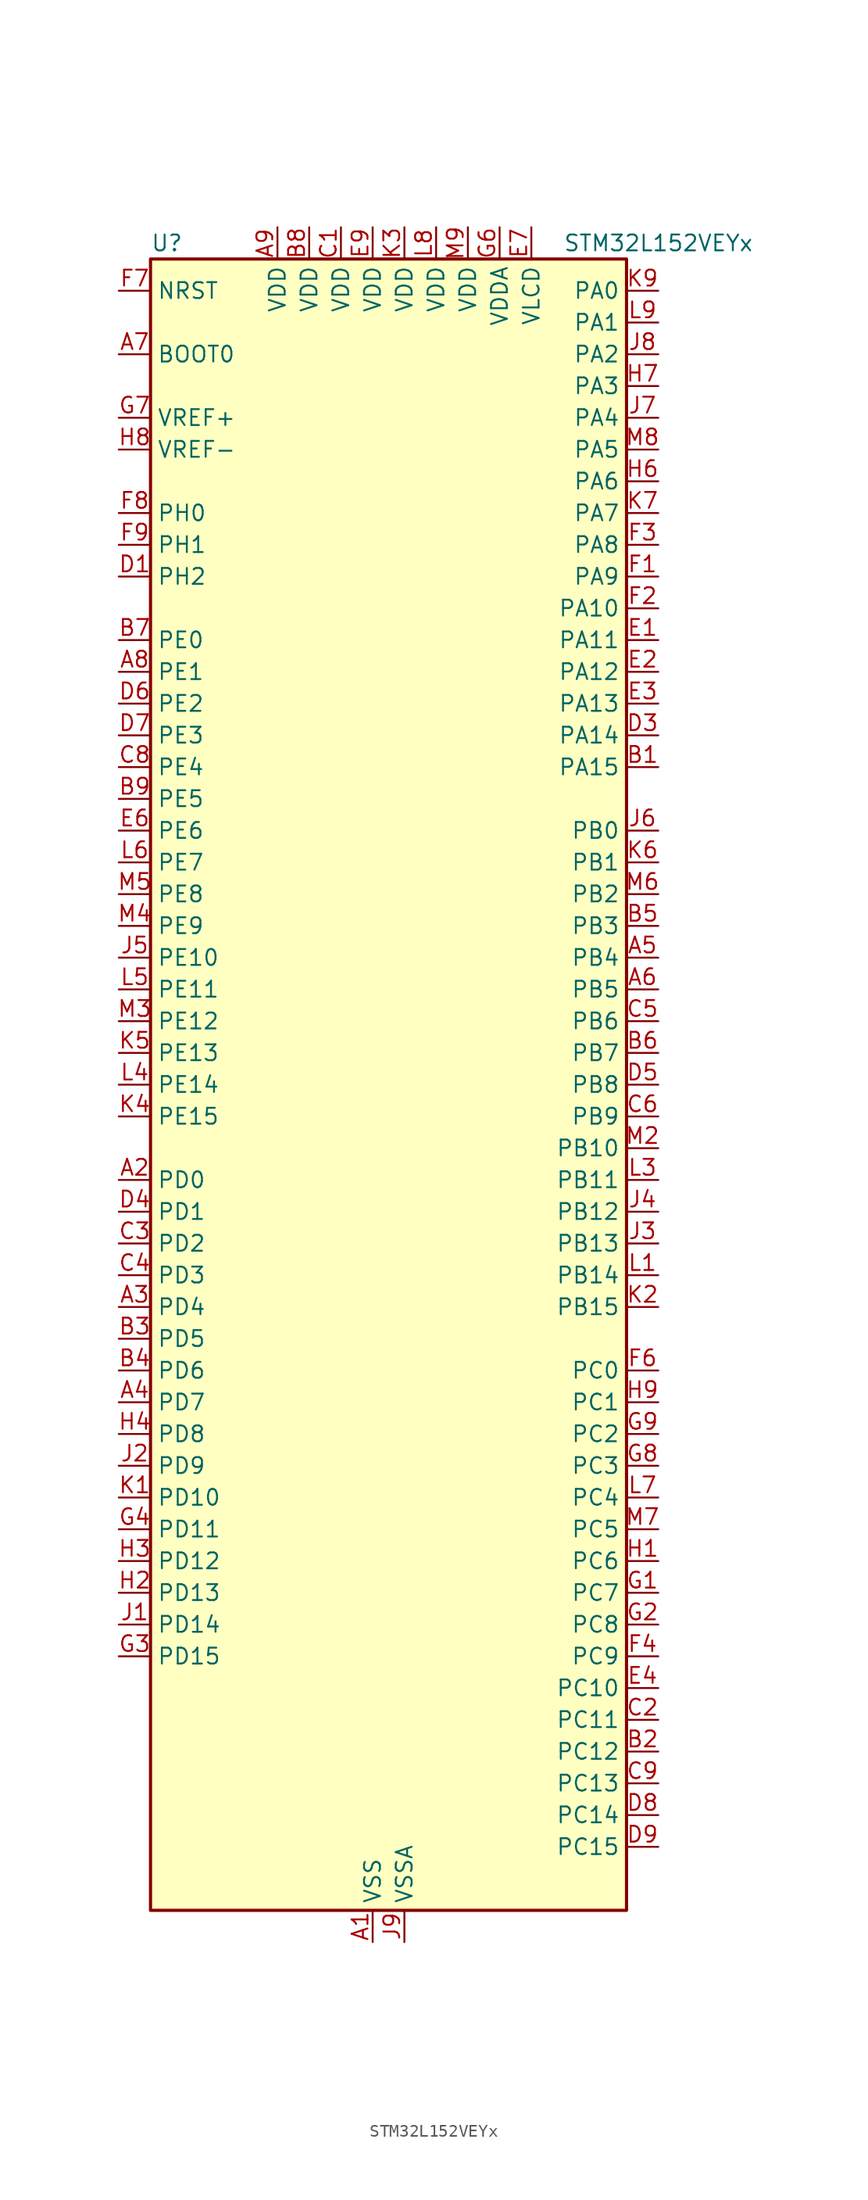
<source format=kicad_sym>
(kicad_symbol_lib
  (version 20220914)
  (generator kicad_symbol_editor)
  (symbol "STM32L152VEYx"
    (property "Reference" "U"
      (at -17.78 67.31 0)
      (effects (font (size 1.27 1.27)) (justify left)))
    (property "Value" "STM32L152VEYx"
      (at 15.24 67.31 0)
      (effects (font (size 1.27 1.27)) (justify left)))
    (property "ki_locked" ""
      (at 0 0 0)
      (effects (font (size 1.27 1.27))))
    (symbol "STM32L152VEYx_0_1"
      (rectangle (start -17.78 -66.04) (end 20.32 66.04) (stroke (width 0.254) (type default)) (fill (type background))))
    (symbol "STM32L152VEYx_1_1"
      (pin power_in line (at 0 -68.58 90) (length 2.54) (name "VSS" (effects (font (size 1.27 1.27)))) (number "A1" (effects (font (size 1.27 1.27)))))
      (pin bidirectional line (at -20.32 -7.62 0) (length 2.54) (name "PD0" (effects (font (size 1.27 1.27)))) (number "A2" (effects (font (size 1.27 1.27)))) (alternate "I2S2_WS" bidirectional line) (alternate "SPI2_NSS" bidirectional line) (alternate "TIM9_CH1" bidirectional line) (alternate "TIMX_IC1" bidirectional line))
      (pin bidirectional line (at -20.32 -17.78 0) (length 2.54) (name "PD4" (effects (font (size 1.27 1.27)))) (number "A3" (effects (font (size 1.27 1.27)))) (alternate "I2S2_SD" bidirectional line) (alternate "SPI2_MOSI" bidirectional line) (alternate "TIMX_IC1" bidirectional line) (alternate "USART2_RTS" bidirectional line))
      (pin bidirectional line (at -20.32 -25.4 0) (length 2.54) (name "PD7" (effects (font (size 1.27 1.27)))) (number "A4" (effects (font (size 1.27 1.27)))) (alternate "TIM9_CH2" bidirectional line) (alternate "TIMX_IC4" bidirectional line) (alternate "USART2_CK" bidirectional line))
      (pin bidirectional line (at 22.86 10.16 180) (length 2.54) (name "PB4" (effects (font (size 1.27 1.27)))) (number "A5" (effects (font (size 1.27 1.27)))) (alternate "COMP2_INP" bidirectional line) (alternate "LCD_SEG8" bidirectional line) (alternate "SPI1_MISO" bidirectional line) (alternate "SPI3_MISO" bidirectional line) (alternate "SYS_JTRST" bidirectional line) (alternate "TIM3_CH1" bidirectional line) (alternate "TS_G6_IO1" bidirectional line))
      (pin bidirectional line (at 22.86 7.62 180) (length 2.54) (name "PB5" (effects (font (size 1.27 1.27)))) (number "A6" (effects (font (size 1.27 1.27)))) (alternate "COMP2_INP" bidirectional line) (alternate "I2C1_SMBA" bidirectional line) (alternate "I2S3_SD" bidirectional line) (alternate "LCD_SEG9" bidirectional line) (alternate "SPI1_MOSI" bidirectional line) (alternate "SPI3_MOSI" bidirectional line) (alternate "TIM3_CH2" bidirectional line) (alternate "TS_G6_IO2" bidirectional line))
      (pin input line (at -20.32 58.42 0) (length 2.54) (name "BOOT0" (effects (font (size 1.27 1.27)))) (number "A7" (effects (font (size 1.27 1.27)))))
      (pin bidirectional line (at -20.32 33.02 0) (length 2.54) (name "PE1" (effects (font (size 1.27 1.27)))) (number "A8" (effects (font (size 1.27 1.27)))) (alternate "LCD_SEG37" bidirectional line) (alternate "TIM11_CH1" bidirectional line) (alternate "TIMX_IC2" bidirectional line))
      (pin power_in line (at -7.62 68.58 270) (length 2.54) (name "VDD" (effects (font (size 1.27 1.27)))) (number "A9" (effects (font (size 1.27 1.27)))))
      (pin bidirectional line (at 22.86 25.4 180) (length 2.54) (name "PA15" (effects (font (size 1.27 1.27)))) (number "B1" (effects (font (size 1.27 1.27)))) (alternate "ADC_EXTI15" bidirectional line) (alternate "I2S3_WS" bidirectional line) (alternate "LCD_SEG17" bidirectional line) (alternate "SPI1_NSS" bidirectional line) (alternate "SPI3_NSS" bidirectional line) (alternate "SYS_JTDI" bidirectional line) (alternate "TIM2_CH1" bidirectional line) (alternate "TIM2_ETR" bidirectional line) (alternate "TIMX_IC4" bidirectional line) (alternate "TS_G5_IO3" bidirectional line))
      (pin bidirectional line (at 22.86 -53.34 180) (length 2.54) (name "PC12" (effects (font (size 1.27 1.27)))) (number "B2" (effects (font (size 1.27 1.27)))) (alternate "I2S3_SD" bidirectional line) (alternate "LCD_COM6" bidirectional line) (alternate "LCD_SEG30" bidirectional line) (alternate "LCD_SEG42" bidirectional line) (alternate "SPI3_MOSI" bidirectional line) (alternate "TIMX_IC1" bidirectional line) (alternate "UART5_TX" bidirectional line) (alternate "USART3_CK" bidirectional line))
      (pin bidirectional line (at -20.32 -20.32 0) (length 2.54) (name "PD5" (effects (font (size 1.27 1.27)))) (number "B3" (effects (font (size 1.27 1.27)))) (alternate "TIMX_IC2" bidirectional line) (alternate "USART2_TX" bidirectional line))
      (pin bidirectional line (at -20.32 -22.86 0) (length 2.54) (name "PD6" (effects (font (size 1.27 1.27)))) (number "B4" (effects (font (size 1.27 1.27)))) (alternate "TIMX_IC3" bidirectional line) (alternate "USART2_RX" bidirectional line))
      (pin bidirectional line (at 22.86 12.7 180) (length 2.54) (name "PB3" (effects (font (size 1.27 1.27)))) (number "B5" (effects (font (size 1.27 1.27)))) (alternate "COMP2_INM" bidirectional line) (alternate "I2S3_CK" bidirectional line) (alternate "LCD_SEG7" bidirectional line) (alternate "SPI1_SCK" bidirectional line) (alternate "SPI3_SCK" bidirectional line) (alternate "SYS_JTDO-TRACESWO" bidirectional line) (alternate "TIM2_CH2" bidirectional line))
      (pin bidirectional line (at 22.86 2.54 180) (length 2.54) (name "PB7" (effects (font (size 1.27 1.27)))) (number "B6" (effects (font (size 1.27 1.27)))) (alternate "COMP2_INP" bidirectional line) (alternate "I2C1_SDA" bidirectional line) (alternate "SYS_PVD_IN" bidirectional line) (alternate "TIM4_CH2" bidirectional line) (alternate "TS_G6_IO4" bidirectional line) (alternate "USART1_RX" bidirectional line))
      (pin bidirectional line (at -20.32 35.56 0) (length 2.54) (name "PE0" (effects (font (size 1.27 1.27)))) (number "B7" (effects (font (size 1.27 1.27)))) (alternate "LCD_SEG36" bidirectional line) (alternate "TIM10_CH1" bidirectional line) (alternate "TIM4_ETR" bidirectional line) (alternate "TIMX_IC1" bidirectional line))
      (pin power_in line (at -5.08 68.58 270) (length 2.54) (name "VDD" (effects (font (size 1.27 1.27)))) (number "B8" (effects (font (size 1.27 1.27)))))
      (pin bidirectional line (at -20.32 22.86 0) (length 2.54) (name "PE5" (effects (font (size 1.27 1.27)))) (number "B9" (effects (font (size 1.27 1.27)))) (alternate "SYS_TRACED2" bidirectional line) (alternate "TIM9_CH1" bidirectional line) (alternate "TIMX_IC2" bidirectional line))
      (pin power_in line (at -2.54 68.58 270) (length 2.54) (name "VDD" (effects (font (size 1.27 1.27)))) (number "C1" (effects (font (size 1.27 1.27)))))
      (pin bidirectional line (at 22.86 -50.8 180) (length 2.54) (name "PC11" (effects (font (size 1.27 1.27)))) (number "C2" (effects (font (size 1.27 1.27)))) (alternate "ADC_EXTI11" bidirectional line) (alternate "LCD_COM5" bidirectional line) (alternate "LCD_SEG29" bidirectional line) (alternate "LCD_SEG41" bidirectional line) (alternate "SPI3_MISO" bidirectional line) (alternate "TIMX_IC4" bidirectional line) (alternate "UART4_RX" bidirectional line) (alternate "USART3_RX" bidirectional line))
      (pin bidirectional line (at -20.32 -12.7 0) (length 2.54) (name "PD2" (effects (font (size 1.27 1.27)))) (number "C3" (effects (font (size 1.27 1.27)))) (alternate "LCD_COM7" bidirectional line) (alternate "LCD_SEG31" bidirectional line) (alternate "LCD_SEG43" bidirectional line) (alternate "TIM3_ETR" bidirectional line) (alternate "TIMX_IC3" bidirectional line) (alternate "UART5_RX" bidirectional line))
      (pin bidirectional line (at -20.32 -15.24 0) (length 2.54) (name "PD3" (effects (font (size 1.27 1.27)))) (number "C4" (effects (font (size 1.27 1.27)))) (alternate "SPI2_MISO" bidirectional line) (alternate "TIMX_IC4" bidirectional line) (alternate "USART2_CTS" bidirectional line))
      (pin bidirectional line (at 22.86 5.08 180) (length 2.54) (name "PB6" (effects (font (size 1.27 1.27)))) (number "C5" (effects (font (size 1.27 1.27)))) (alternate "COMP2_INP" bidirectional line) (alternate "I2C1_SCL" bidirectional line) (alternate "TIM4_CH1" bidirectional line) (alternate "TS_G6_IO3" bidirectional line) (alternate "USART1_TX" bidirectional line))
      (pin bidirectional line (at 22.86 -2.54 180) (length 2.54) (name "PB9" (effects (font (size 1.27 1.27)))) (number "C6" (effects (font (size 1.27 1.27)))) (alternate "DAC_EXTI9" bidirectional line) (alternate "I2C1_SDA" bidirectional line) (alternate "LCD_COM3" bidirectional line) (alternate "TIM11_CH1" bidirectional line) (alternate "TIM4_CH4" bidirectional line))
      (pin passive line (at 0 -68.58 90) (length 2.54) hide (name "VSS" (effects (font (size 1.27 1.27)))) (number "C7" (effects (font (size 1.27 1.27)))))
      (pin bidirectional line (at -20.32 25.4 0) (length 2.54) (name "PE4" (effects (font (size 1.27 1.27)))) (number "C8" (effects (font (size 1.27 1.27)))) (alternate "SYS_TRACED1" bidirectional line) (alternate "TIM3_CH2" bidirectional line) (alternate "TIMX_IC1" bidirectional line))
      (pin bidirectional line (at 22.86 -55.88 180) (length 2.54) (name "PC13" (effects (font (size 1.27 1.27)))) (number "C9" (effects (font (size 1.27 1.27)))) (alternate "RTC_OUT_ALARM" bidirectional line) (alternate "RTC_OUT_CALIB" bidirectional line) (alternate "RTC_TAMP1" bidirectional line) (alternate "RTC_TS" bidirectional line) (alternate "SYS_WKUP2" bidirectional line) (alternate "TIMX_IC2" bidirectional line))
      (pin bidirectional line (at -20.32 40.64 0) (length 2.54) (name "PH2" (effects (font (size 1.27 1.27)))) (number "D1" (effects (font (size 1.27 1.27)))))
      (pin passive line (at 0 -68.58 90) (length 2.54) hide (name "VSS" (effects (font (size 1.27 1.27)))) (number "D2" (effects (font (size 1.27 1.27)))))
      (pin bidirectional line (at 22.86 27.94 180) (length 2.54) (name "PA14" (effects (font (size 1.27 1.27)))) (number "D3" (effects (font (size 1.27 1.27)))) (alternate "SYS_JTCK-SWCLK" bidirectional line) (alternate "TIMX_IC3" bidirectional line) (alternate "TS_G5_IO2" bidirectional line))
      (pin bidirectional line (at -20.32 -10.16 0) (length 2.54) (name "PD1" (effects (font (size 1.27 1.27)))) (number "D4" (effects (font (size 1.27 1.27)))) (alternate "I2S2_CK" bidirectional line) (alternate "SPI2_SCK" bidirectional line) (alternate "TIMX_IC2" bidirectional line))
      (pin bidirectional line (at 22.86 0 180) (length 2.54) (name "PB8" (effects (font (size 1.27 1.27)))) (number "D5" (effects (font (size 1.27 1.27)))) (alternate "I2C1_SCL" bidirectional line) (alternate "LCD_SEG16" bidirectional line) (alternate "TIM10_CH1" bidirectional line) (alternate "TIM4_CH3" bidirectional line))
      (pin bidirectional line (at -20.32 30.48 0) (length 2.54) (name "PE2" (effects (font (size 1.27 1.27)))) (number "D6" (effects (font (size 1.27 1.27)))) (alternate "LCD_SEG38" bidirectional line) (alternate "SYS_TRACECK" bidirectional line) (alternate "TIM3_ETR" bidirectional line) (alternate "TIMX_IC3" bidirectional line))
      (pin bidirectional line (at -20.32 27.94 0) (length 2.54) (name "PE3" (effects (font (size 1.27 1.27)))) (number "D7" (effects (font (size 1.27 1.27)))) (alternate "LCD_SEG39" bidirectional line) (alternate "SYS_TRACED0" bidirectional line) (alternate "TIM3_CH1" bidirectional line) (alternate "TIMX_IC4" bidirectional line))
      (pin bidirectional line (at 22.86 -58.42 180) (length 2.54) (name "PC14" (effects (font (size 1.27 1.27)))) (number "D8" (effects (font (size 1.27 1.27)))) (alternate "RCC_OSC32_IN" bidirectional line) (alternate "TIMX_IC3" bidirectional line))
      (pin bidirectional line (at 22.86 -60.96 180) (length 2.54) (name "PC15" (effects (font (size 1.27 1.27)))) (number "D9" (effects (font (size 1.27 1.27)))) (alternate "ADC_EXTI15" bidirectional line) (alternate "RCC_OSC32_OUT" bidirectional line) (alternate "TIMX_IC4" bidirectional line))
      (pin bidirectional line (at 22.86 35.56 180) (length 2.54) (name "PA11" (effects (font (size 1.27 1.27)))) (number "E1" (effects (font (size 1.27 1.27)))) (alternate "ADC_EXTI11" bidirectional line) (alternate "SPI1_MISO" bidirectional line) (alternate "TIMX_IC4" bidirectional line) (alternate "USART1_CTS" bidirectional line) (alternate "USB_DM" bidirectional line))
      (pin bidirectional line (at 22.86 33.02 180) (length 2.54) (name "PA12" (effects (font (size 1.27 1.27)))) (number "E2" (effects (font (size 1.27 1.27)))) (alternate "SPI1_MOSI" bidirectional line) (alternate "TIMX_IC1" bidirectional line) (alternate "USART1_RTS" bidirectional line) (alternate "USB_DP" bidirectional line))
      (pin bidirectional line (at 22.86 30.48 180) (length 2.54) (name "PA13" (effects (font (size 1.27 1.27)))) (number "E3" (effects (font (size 1.27 1.27)))) (alternate "SYS_JTMS-SWDIO" bidirectional line) (alternate "TIMX_IC2" bidirectional line) (alternate "TS_G5_IO1" bidirectional line))
      (pin bidirectional line (at 22.86 -48.26 180) (length 2.54) (name "PC10" (effects (font (size 1.27 1.27)))) (number "E4" (effects (font (size 1.27 1.27)))) (alternate "I2S3_CK" bidirectional line) (alternate "LCD_COM4" bidirectional line) (alternate "LCD_SEG28" bidirectional line) (alternate "LCD_SEG40" bidirectional line) (alternate "SPI3_SCK" bidirectional line) (alternate "TIMX_IC3" bidirectional line) (alternate "UART4_TX" bidirectional line) (alternate "USART3_TX" bidirectional line))
      (pin bidirectional line (at -20.32 20.32 0) (length 2.54) (name "PE6" (effects (font (size 1.27 1.27)))) (number "E6" (effects (font (size 1.27 1.27)))) (alternate "RTC_TAMP3" bidirectional line) (alternate "SYS_TRACED3" bidirectional line) (alternate "SYS_WKUP3" bidirectional line) (alternate "TIM9_CH2" bidirectional line) (alternate "TIMX_IC3" bidirectional line))
      (pin power_in line (at 12.7 68.58 270) (length 2.54) (name "VLCD" (effects (font (size 1.27 1.27)))) (number "E7" (effects (font (size 1.27 1.27)))))
      (pin passive line (at 0 -68.58 90) (length 2.54) hide (name "VSS" (effects (font (size 1.27 1.27)))) (number "E8" (effects (font (size 1.27 1.27)))))
      (pin power_in line (at 0 68.58 270) (length 2.54) (name "VDD" (effects (font (size 1.27 1.27)))) (number "E9" (effects (font (size 1.27 1.27)))))
      (pin bidirectional line (at 22.86 40.64 180) (length 2.54) (name "PA9" (effects (font (size 1.27 1.27)))) (number "F1" (effects (font (size 1.27 1.27)))) (alternate "DAC_EXTI9" bidirectional line) (alternate "LCD_COM1" bidirectional line) (alternate "TIMX_IC2" bidirectional line) (alternate "TS_G4_IO2" bidirectional line) (alternate "USART1_TX" bidirectional line))
      (pin bidirectional line (at 22.86 38.1 180) (length 2.54) (name "PA10" (effects (font (size 1.27 1.27)))) (number "F2" (effects (font (size 1.27 1.27)))) (alternate "LCD_COM2" bidirectional line) (alternate "TIMX_IC3" bidirectional line) (alternate "TS_G4_IO3" bidirectional line) (alternate "USART1_RX" bidirectional line))
      (pin bidirectional line (at 22.86 43.18 180) (length 2.54) (name "PA8" (effects (font (size 1.27 1.27)))) (number "F3" (effects (font (size 1.27 1.27)))) (alternate "LCD_COM0" bidirectional line) (alternate "RCC_MCO" bidirectional line) (alternate "TIMX_IC1" bidirectional line) (alternate "TS_G4_IO1" bidirectional line) (alternate "USART1_CK" bidirectional line))
      (pin bidirectional line (at 22.86 -45.72 180) (length 2.54) (name "PC9" (effects (font (size 1.27 1.27)))) (number "F4" (effects (font (size 1.27 1.27)))) (alternate "DAC_EXTI9" bidirectional line) (alternate "LCD_SEG27" bidirectional line) (alternate "TIM3_CH4" bidirectional line) (alternate "TIMX_IC2" bidirectional line) (alternate "TS_G10_IO4" bidirectional line))
      (pin bidirectional line (at 22.86 -22.86 180) (length 2.54) (name "PC0" (effects (font (size 1.27 1.27)))) (number "F6" (effects (font (size 1.27 1.27)))) (alternate "ADC_IN10" bidirectional line) (alternate "COMP1_INP" bidirectional line) (alternate "LCD_SEG18" bidirectional line) (alternate "TIMX_IC1" bidirectional line) (alternate "TS_G8_IO1" bidirectional line))
      (pin input line (at -20.32 63.5 0) (length 2.54) (name "NRST" (effects (font (size 1.27 1.27)))) (number "F7" (effects (font (size 1.27 1.27)))))
      (pin bidirectional line (at -20.32 45.72 0) (length 2.54) (name "PH0" (effects (font (size 1.27 1.27)))) (number "F8" (effects (font (size 1.27 1.27)))) (alternate "RCC_OSC_IN" bidirectional line))
      (pin bidirectional line (at -20.32 43.18 0) (length 2.54) (name "PH1" (effects (font (size 1.27 1.27)))) (number "F9" (effects (font (size 1.27 1.27)))) (alternate "RCC_OSC_OUT" bidirectional line))
      (pin bidirectional line (at 22.86 -40.64 180) (length 2.54) (name "PC7" (effects (font (size 1.27 1.27)))) (number "G1" (effects (font (size 1.27 1.27)))) (alternate "I2S3_MCK" bidirectional line) (alternate "LCD_SEG25" bidirectional line) (alternate "TIM3_CH2" bidirectional line) (alternate "TIMX_IC4" bidirectional line) (alternate "TS_G10_IO2" bidirectional line))
      (pin bidirectional line (at 22.86 -43.18 180) (length 2.54) (name "PC8" (effects (font (size 1.27 1.27)))) (number "G2" (effects (font (size 1.27 1.27)))) (alternate "LCD_SEG26" bidirectional line) (alternate "TIM3_CH3" bidirectional line) (alternate "TIMX_IC1" bidirectional line) (alternate "TS_G10_IO3" bidirectional line))
      (pin bidirectional line (at -20.32 -45.72 0) (length 2.54) (name "PD15" (effects (font (size 1.27 1.27)))) (number "G3" (effects (font (size 1.27 1.27)))) (alternate "ADC_EXTI15" bidirectional line) (alternate "LCD_SEG35" bidirectional line) (alternate "TIM4_CH4" bidirectional line) (alternate "TIMX_IC4" bidirectional line))
      (pin bidirectional line (at -20.32 -35.56 0) (length 2.54) (name "PD11" (effects (font (size 1.27 1.27)))) (number "G4" (effects (font (size 1.27 1.27)))) (alternate "ADC_EXTI11" bidirectional line) (alternate "LCD_SEG31" bidirectional line) (alternate "TIMX_IC4" bidirectional line) (alternate "USART3_CTS" bidirectional line))
      (pin power_in line (at 10.16 68.58 270) (length 2.54) (name "VDDA" (effects (font (size 1.27 1.27)))) (number "G6" (effects (font (size 1.27 1.27)))))
      (pin input line (at -20.32 53.34 0) (length 2.54) (name "VREF+" (effects (font (size 1.27 1.27)))) (number "G7" (effects (font (size 1.27 1.27)))))
      (pin bidirectional line (at 22.86 -30.48 180) (length 2.54) (name "PC3" (effects (font (size 1.27 1.27)))) (number "G8" (effects (font (size 1.27 1.27)))) (alternate "ADC_IN13" bidirectional line) (alternate "COMP1_INP" bidirectional line) (alternate "LCD_SEG21" bidirectional line) (alternate "TIMX_IC4" bidirectional line) (alternate "TS_G8_IO4" bidirectional line))
      (pin bidirectional line (at 22.86 -27.94 180) (length 2.54) (name "PC2" (effects (font (size 1.27 1.27)))) (number "G9" (effects (font (size 1.27 1.27)))) (alternate "ADC_IN12" bidirectional line) (alternate "COMP1_INP" bidirectional line) (alternate "LCD_SEG20" bidirectional line) (alternate "TIMX_IC3" bidirectional line) (alternate "TS_G8_IO3" bidirectional line))
      (pin bidirectional line (at 22.86 -38.1 180) (length 2.54) (name "PC6" (effects (font (size 1.27 1.27)))) (number "H1" (effects (font (size 1.27 1.27)))) (alternate "I2S2_MCK" bidirectional line) (alternate "LCD_SEG24" bidirectional line) (alternate "TIM3_CH1" bidirectional line) (alternate "TIMX_IC3" bidirectional line) (alternate "TS_G10_IO1" bidirectional line))
      (pin bidirectional line (at -20.32 -40.64 0) (length 2.54) (name "PD13" (effects (font (size 1.27 1.27)))) (number "H2" (effects (font (size 1.27 1.27)))) (alternate "LCD_SEG33" bidirectional line) (alternate "TIM4_CH2" bidirectional line) (alternate "TIMX_IC2" bidirectional line))
      (pin bidirectional line (at -20.32 -38.1 0) (length 2.54) (name "PD12" (effects (font (size 1.27 1.27)))) (number "H3" (effects (font (size 1.27 1.27)))) (alternate "LCD_SEG32" bidirectional line) (alternate "TIM4_CH1" bidirectional line) (alternate "TIMX_IC1" bidirectional line) (alternate "USART3_RTS" bidirectional line))
      (pin bidirectional line (at -20.32 -27.94 0) (length 2.54) (name "PD8" (effects (font (size 1.27 1.27)))) (number "H4" (effects (font (size 1.27 1.27)))) (alternate "LCD_SEG28" bidirectional line) (alternate "TIMX_IC1" bidirectional line) (alternate "USART3_TX" bidirectional line))
      (pin bidirectional line (at 22.86 48.26 180) (length 2.54) (name "PA6" (effects (font (size 1.27 1.27)))) (number "H6" (effects (font (size 1.27 1.27)))) (alternate "ADC_IN6" bidirectional line) (alternate "COMP1_INP" bidirectional line) (alternate "LCD_SEG3" bidirectional line) (alternate "OPAMP2_VINP" bidirectional line) (alternate "SPI1_MISO" bidirectional line) (alternate "TIM10_CH1" bidirectional line) (alternate "TIM3_CH1" bidirectional line) (alternate "TIMX_IC3" bidirectional line) (alternate "TS_G2_IO1" bidirectional line))
      (pin bidirectional line (at 22.86 55.88 180) (length 2.54) (name "PA3" (effects (font (size 1.27 1.27)))) (number "H7" (effects (font (size 1.27 1.27)))) (alternate "ADC_IN3" bidirectional line) (alternate "COMP1_INP" bidirectional line) (alternate "LCD_SEG2" bidirectional line) (alternate "OPAMP1_VOUT" bidirectional line) (alternate "TIM2_CH4" bidirectional line) (alternate "TIM5_CH4" bidirectional line) (alternate "TIM9_CH2" bidirectional line) (alternate "TIMX_IC4" bidirectional line) (alternate "TS_G1_IO4" bidirectional line) (alternate "USART2_RX" bidirectional line))
      (pin input line (at -20.32 50.8 0) (length 2.54) (name "VREF-" (effects (font (size 1.27 1.27)))) (number "H8" (effects (font (size 1.27 1.27)))))
      (pin bidirectional line (at 22.86 -25.4 180) (length 2.54) (name "PC1" (effects (font (size 1.27 1.27)))) (number "H9" (effects (font (size 1.27 1.27)))) (alternate "ADC_IN11" bidirectional line) (alternate "COMP1_INP" bidirectional line) (alternate "LCD_SEG19" bidirectional line) (alternate "TIMX_IC2" bidirectional line) (alternate "TS_G8_IO2" bidirectional line))
      (pin bidirectional line (at -20.32 -43.18 0) (length 2.54) (name "PD14" (effects (font (size 1.27 1.27)))) (number "J1" (effects (font (size 1.27 1.27)))) (alternate "LCD_SEG34" bidirectional line) (alternate "TIM4_CH3" bidirectional line) (alternate "TIMX_IC3" bidirectional line))
      (pin bidirectional line (at -20.32 -30.48 0) (length 2.54) (name "PD9" (effects (font (size 1.27 1.27)))) (number "J2" (effects (font (size 1.27 1.27)))) (alternate "DAC_EXTI9" bidirectional line) (alternate "LCD_SEG29" bidirectional line) (alternate "TIMX_IC2" bidirectional line) (alternate "USART3_RX" bidirectional line))
      (pin bidirectional line (at 22.86 -12.7 180) (length 2.54) (name "PB13" (effects (font (size 1.27 1.27)))) (number "J3" (effects (font (size 1.27 1.27)))) (alternate "ADC_IN19" bidirectional line) (alternate "COMP1_INP" bidirectional line) (alternate "I2S2_CK" bidirectional line) (alternate "LCD_SEG13" bidirectional line) (alternate "SPI2_SCK" bidirectional line) (alternate "TIM9_CH1" bidirectional line) (alternate "TS_G7_IO2" bidirectional line) (alternate "USART3_CTS" bidirectional line))
      (pin bidirectional line (at 22.86 -10.16 180) (length 2.54) (name "PB12" (effects (font (size 1.27 1.27)))) (number "J4" (effects (font (size 1.27 1.27)))) (alternate "ADC_IN18" bidirectional line) (alternate "COMP1_INP" bidirectional line) (alternate "I2C2_SMBA" bidirectional line) (alternate "I2S2_WS" bidirectional line) (alternate "LCD_SEG12" bidirectional line) (alternate "SPI2_NSS" bidirectional line) (alternate "TIM10_CH1" bidirectional line) (alternate "TS_G7_IO1" bidirectional line) (alternate "USART3_CK" bidirectional line))
      (pin bidirectional line (at -20.32 10.16 0) (length 2.54) (name "PE10" (effects (font (size 1.27 1.27)))) (number "J5" (effects (font (size 1.27 1.27)))) (alternate "ADC_IN25" bidirectional line) (alternate "COMP1_INP" bidirectional line) (alternate "TIM2_CH2" bidirectional line) (alternate "TIMX_IC3" bidirectional line))
      (pin bidirectional line (at 22.86 20.32 180) (length 2.54) (name "PB0" (effects (font (size 1.27 1.27)))) (number "J6" (effects (font (size 1.27 1.27)))) (alternate "ADC_IN8" bidirectional line) (alternate "COMP1_INP" bidirectional line) (alternate "LCD_SEG5" bidirectional line) (alternate "OPAMP2_VOUT" bidirectional line) (alternate "SYS_V_REF_OUT" bidirectional line) (alternate "TIM3_CH3" bidirectional line) (alternate "TS_G3_IO1" bidirectional line))
      (pin bidirectional line (at 22.86 53.34 180) (length 2.54) (name "PA4" (effects (font (size 1.27 1.27)))) (number "J7" (effects (font (size 1.27 1.27)))) (alternate "ADC_IN4" bidirectional line) (alternate "COMP1_INP" bidirectional line) (alternate "DAC_OUT1" bidirectional line) (alternate "I2S3_WS" bidirectional line) (alternate "SPI1_NSS" bidirectional line) (alternate "SPI3_NSS" bidirectional line) (alternate "TIMX_IC1" bidirectional line) (alternate "USART2_CK" bidirectional line))
      (pin bidirectional line (at 22.86 58.42 180) (length 2.54) (name "PA2" (effects (font (size 1.27 1.27)))) (number "J8" (effects (font (size 1.27 1.27)))) (alternate "ADC_IN2" bidirectional line) (alternate "COMP1_INP" bidirectional line) (alternate "LCD_SEG1" bidirectional line) (alternate "OPAMP1_VINM" bidirectional line) (alternate "TIM2_CH3" bidirectional line) (alternate "TIM5_CH3" bidirectional line) (alternate "TIM9_CH1" bidirectional line) (alternate "TIMX_IC3" bidirectional line) (alternate "TS_G1_IO3" bidirectional line) (alternate "USART2_TX" bidirectional line))
      (pin power_in line (at 2.54 -68.58 90) (length 2.54) (name "VSSA" (effects (font (size 1.27 1.27)))) (number "J9" (effects (font (size 1.27 1.27)))))
      (pin bidirectional line (at -20.32 -33.02 0) (length 2.54) (name "PD10" (effects (font (size 1.27 1.27)))) (number "K1" (effects (font (size 1.27 1.27)))) (alternate "LCD_SEG30" bidirectional line) (alternate "TIMX_IC3" bidirectional line) (alternate "USART3_CK" bidirectional line))
      (pin bidirectional line (at 22.86 -17.78 180) (length 2.54) (name "PB15" (effects (font (size 1.27 1.27)))) (number "K2" (effects (font (size 1.27 1.27)))) (alternate "ADC_EXTI15" bidirectional line) (alternate "ADC_IN21" bidirectional line) (alternate "COMP1_INP" bidirectional line) (alternate "I2S2_SD" bidirectional line) (alternate "LCD_SEG15" bidirectional line) (alternate "RTC_REFIN" bidirectional line) (alternate "SPI2_MOSI" bidirectional line) (alternate "TIM11_CH1" bidirectional line) (alternate "TS_G7_IO4" bidirectional line))
      (pin power_in line (at 2.54 68.58 270) (length 2.54) (name "VDD" (effects (font (size 1.27 1.27)))) (number "K3" (effects (font (size 1.27 1.27)))))
      (pin bidirectional line (at -20.32 -2.54 0) (length 2.54) (name "PE15" (effects (font (size 1.27 1.27)))) (number "K4" (effects (font (size 1.27 1.27)))) (alternate "ADC_EXTI15" bidirectional line) (alternate "SPI1_MOSI" bidirectional line) (alternate "TIMX_IC4" bidirectional line))
      (pin bidirectional line (at -20.32 2.54 0) (length 2.54) (name "PE13" (effects (font (size 1.27 1.27)))) (number "K5" (effects (font (size 1.27 1.27)))) (alternate "SPI1_SCK" bidirectional line) (alternate "TIMX_IC2" bidirectional line))
      (pin bidirectional line (at 22.86 17.78 180) (length 2.54) (name "PB1" (effects (font (size 1.27 1.27)))) (number "K6" (effects (font (size 1.27 1.27)))) (alternate "ADC_IN9" bidirectional line) (alternate "COMP1_INP" bidirectional line) (alternate "LCD_SEG6" bidirectional line) (alternate "SYS_V_REF_OUT" bidirectional line) (alternate "TIM3_CH4" bidirectional line) (alternate "TS_G3_IO2" bidirectional line))
      (pin bidirectional line (at 22.86 45.72 180) (length 2.54) (name "PA7" (effects (font (size 1.27 1.27)))) (number "K7" (effects (font (size 1.27 1.27)))) (alternate "ADC_IN7" bidirectional line) (alternate "COMP1_INP" bidirectional line) (alternate "LCD_SEG4" bidirectional line) (alternate "OPAMP2_VINM" bidirectional line) (alternate "SPI1_MOSI" bidirectional line) (alternate "TIM11_CH1" bidirectional line) (alternate "TIM3_CH2" bidirectional line) (alternate "TIMX_IC4" bidirectional line) (alternate "TS_G2_IO2" bidirectional line))
      (pin passive line (at 0 -68.58 90) (length 2.54) hide (name "VSS" (effects (font (size 1.27 1.27)))) (number "K8" (effects (font (size 1.27 1.27)))))
      (pin bidirectional line (at 22.86 63.5 180) (length 2.54) (name "PA0" (effects (font (size 1.27 1.27)))) (number "K9" (effects (font (size 1.27 1.27)))) (alternate "ADC_IN0" bidirectional line) (alternate "COMP1_INP" bidirectional line) (alternate "RTC_TAMP2" bidirectional line) (alternate "SYS_WKUP1" bidirectional line) (alternate "TIM2_CH1" bidirectional line) (alternate "TIM2_ETR" bidirectional line) (alternate "TIM5_CH1" bidirectional line) (alternate "TIMX_IC1" bidirectional line) (alternate "TS_G1_IO1" bidirectional line) (alternate "USART2_CTS" bidirectional line))
      (pin bidirectional line (at 22.86 -15.24 180) (length 2.54) (name "PB14" (effects (font (size 1.27 1.27)))) (number "L1" (effects (font (size 1.27 1.27)))) (alternate "ADC_IN20" bidirectional line) (alternate "COMP1_INP" bidirectional line) (alternate "LCD_SEG14" bidirectional line) (alternate "SPI2_MISO" bidirectional line) (alternate "TIM9_CH2" bidirectional line) (alternate "TS_G7_IO3" bidirectional line) (alternate "USART3_RTS" bidirectional line))
      (pin passive line (at 0 -68.58 90) (length 2.54) hide (name "VSS" (effects (font (size 1.27 1.27)))) (number "L2" (effects (font (size 1.27 1.27)))))
      (pin bidirectional line (at 22.86 -7.62 180) (length 2.54) (name "PB11" (effects (font (size 1.27 1.27)))) (number "L3" (effects (font (size 1.27 1.27)))) (alternate "ADC_EXTI11" bidirectional line) (alternate "I2C2_SDA" bidirectional line) (alternate "LCD_SEG11" bidirectional line) (alternate "TIM2_CH4" bidirectional line) (alternate "USART3_RX" bidirectional line))
      (pin bidirectional line (at -20.32 0 0) (length 2.54) (name "PE14" (effects (font (size 1.27 1.27)))) (number "L4" (effects (font (size 1.27 1.27)))) (alternate "SPI1_MISO" bidirectional line) (alternate "TIMX_IC3" bidirectional line))
      (pin bidirectional line (at -20.32 7.62 0) (length 2.54) (name "PE11" (effects (font (size 1.27 1.27)))) (number "L5" (effects (font (size 1.27 1.27)))) (alternate "ADC_EXTI11" bidirectional line) (alternate "TIM2_CH3" bidirectional line) (alternate "TIMX_IC4" bidirectional line))
      (pin bidirectional line (at -20.32 17.78 0) (length 2.54) (name "PE7" (effects (font (size 1.27 1.27)))) (number "L6" (effects (font (size 1.27 1.27)))) (alternate "ADC_IN22" bidirectional line) (alternate "COMP1_INP" bidirectional line) (alternate "TIMX_IC4" bidirectional line))
      (pin bidirectional line (at 22.86 -33.02 180) (length 2.54) (name "PC4" (effects (font (size 1.27 1.27)))) (number "L7" (effects (font (size 1.27 1.27)))) (alternate "ADC_IN14" bidirectional line) (alternate "COMP1_INP" bidirectional line) (alternate "LCD_SEG22" bidirectional line) (alternate "TIMX_IC1" bidirectional line) (alternate "TS_G9_IO1" bidirectional line))
      (pin power_in line (at 5.08 68.58 270) (length 2.54) (name "VDD" (effects (font (size 1.27 1.27)))) (number "L8" (effects (font (size 1.27 1.27)))))
      (pin bidirectional line (at 22.86 60.96 180) (length 2.54) (name "PA1" (effects (font (size 1.27 1.27)))) (number "L9" (effects (font (size 1.27 1.27)))) (alternate "ADC_IN1" bidirectional line) (alternate "COMP1_INP" bidirectional line) (alternate "LCD_SEG0" bidirectional line) (alternate "OPAMP1_VINP" bidirectional line) (alternate "TIM2_CH2" bidirectional line) (alternate "TIM5_CH2" bidirectional line) (alternate "TIMX_IC2" bidirectional line) (alternate "TS_G1_IO2" bidirectional line) (alternate "USART2_RTS" bidirectional line))
      (pin passive line (at 0 -68.58 90) (length 2.54) hide (name "VSS" (effects (font (size 1.27 1.27)))) (number "M1" (effects (font (size 1.27 1.27)))))
      (pin bidirectional line (at 22.86 -5.08 180) (length 2.54) (name "PB10" (effects (font (size 1.27 1.27)))) (number "M2" (effects (font (size 1.27 1.27)))) (alternate "I2C2_SCL" bidirectional line) (alternate "LCD_SEG10" bidirectional line) (alternate "TIM2_CH3" bidirectional line) (alternate "USART3_TX" bidirectional line))
      (pin bidirectional line (at -20.32 5.08 0) (length 2.54) (name "PE12" (effects (font (size 1.27 1.27)))) (number "M3" (effects (font (size 1.27 1.27)))) (alternate "SPI1_NSS" bidirectional line) (alternate "TIM2_CH4" bidirectional line) (alternate "TIMX_IC1" bidirectional line))
      (pin bidirectional line (at -20.32 12.7 0) (length 2.54) (name "PE9" (effects (font (size 1.27 1.27)))) (number "M4" (effects (font (size 1.27 1.27)))) (alternate "ADC_IN24" bidirectional line) (alternate "COMP1_INP" bidirectional line) (alternate "DAC_EXTI9" bidirectional line) (alternate "TIM2_CH1" bidirectional line) (alternate "TIM2_ETR" bidirectional line) (alternate "TIMX_IC2" bidirectional line))
      (pin bidirectional line (at -20.32 15.24 0) (length 2.54) (name "PE8" (effects (font (size 1.27 1.27)))) (number "M5" (effects (font (size 1.27 1.27)))) (alternate "ADC_IN23" bidirectional line) (alternate "COMP1_INP" bidirectional line) (alternate "TIMX_IC1" bidirectional line))
      (pin bidirectional line (at 22.86 15.24 180) (length 2.54) (name "PB2" (effects (font (size 1.27 1.27)))) (number "M6" (effects (font (size 1.27 1.27)))) (alternate "ADC_IN0b" bidirectional line) (alternate "TS_G3_IO3" bidirectional line))
      (pin bidirectional line (at 22.86 -35.56 180) (length 2.54) (name "PC5" (effects (font (size 1.27 1.27)))) (number "M7" (effects (font (size 1.27 1.27)))) (alternate "ADC_IN15" bidirectional line) (alternate "COMP1_INP" bidirectional line) (alternate "LCD_SEG23" bidirectional line) (alternate "TIMX_IC2" bidirectional line) (alternate "TS_G9_IO2" bidirectional line))
      (pin bidirectional line (at 22.86 50.8 180) (length 2.54) (name "PA5" (effects (font (size 1.27 1.27)))) (number "M8" (effects (font (size 1.27 1.27)))) (alternate "ADC_IN5" bidirectional line) (alternate "COMP1_INP" bidirectional line) (alternate "DAC_OUT2" bidirectional line) (alternate "SPI1_SCK" bidirectional line) (alternate "TIM2_CH1" bidirectional line) (alternate "TIM2_ETR" bidirectional line) (alternate "TIMX_IC2" bidirectional line))
      (pin power_in line (at 7.62 68.58 270) (length 2.54) (name "VDD" (effects (font (size 1.27 1.27)))) (number "M9" (effects (font (size 1.27 1.27))))))))
</source>
